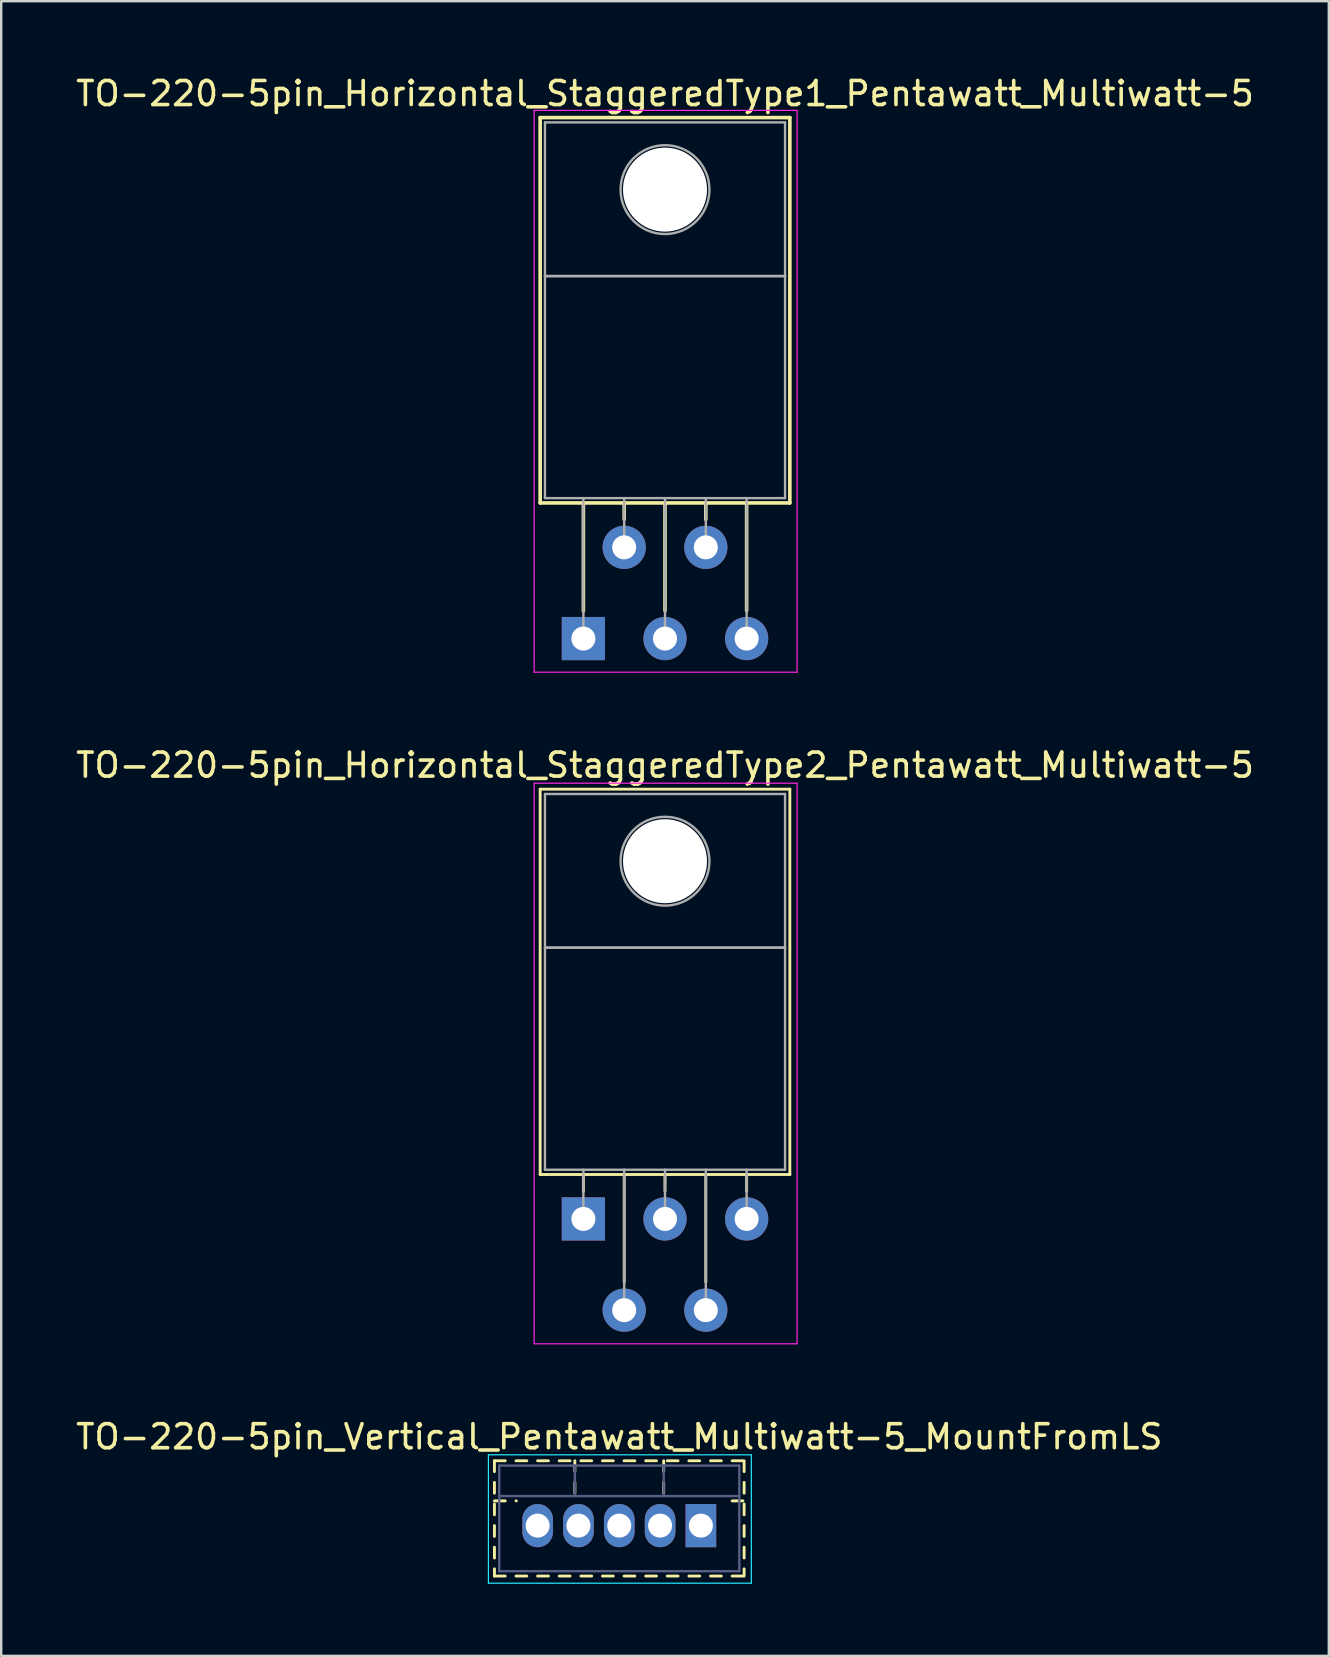
<source format=kicad_pcb>
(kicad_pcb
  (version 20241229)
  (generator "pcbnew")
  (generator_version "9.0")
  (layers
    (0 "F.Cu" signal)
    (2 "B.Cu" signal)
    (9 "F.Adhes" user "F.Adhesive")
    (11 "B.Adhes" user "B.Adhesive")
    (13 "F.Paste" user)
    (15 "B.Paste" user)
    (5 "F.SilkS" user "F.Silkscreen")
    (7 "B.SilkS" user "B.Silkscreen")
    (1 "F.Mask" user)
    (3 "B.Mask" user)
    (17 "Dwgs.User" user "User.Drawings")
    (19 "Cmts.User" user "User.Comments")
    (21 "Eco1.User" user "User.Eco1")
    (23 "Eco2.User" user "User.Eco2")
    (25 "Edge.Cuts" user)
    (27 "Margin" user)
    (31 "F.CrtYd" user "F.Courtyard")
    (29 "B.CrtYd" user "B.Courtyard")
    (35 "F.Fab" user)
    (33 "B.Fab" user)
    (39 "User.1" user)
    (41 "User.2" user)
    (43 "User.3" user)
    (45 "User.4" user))
  (footprint "TO-220-5pin_Vertical_Pentawatt_Multiwatt-5_MountFromLS"
    (layer "F.Cu")
    (at 26.144 60.495)
    (property "Reference" "TO-220-5pin_Vertical_Pentawatt_Multiwatt-5_MountFromLS" (at -3.4 -3.7 0) (layer "F.SilkS") (effects (font (size 1 1) (thickness 0.15))))
    (attr through_hole)
    (fp_line (start -8.6 -2.7) (end -8.6 -2.25) (stroke (width 0.12) (type solid)) (layer "F.SilkS"))
    (fp_line (start -8.6 -2.7) (end -8.15 -2.7) (stroke (width 0.12) (type solid)) (layer "F.SilkS"))
    (fp_line (start -8.6 -1.8) (end -8.6 -1.35) (stroke (width 0.12) (type solid)) (layer "F.SilkS"))
    (fp_line (start -8.6 -1.031) (end -8.15 -1.031) (stroke (width 0.12) (type solid)) (layer "F.SilkS"))
    (fp_line (start -8.6 -0.901) (end -8.6 -0.451) (stroke (width 0.12) (type solid)) (layer "F.SilkS"))
    (fp_line (start -8.6 -0.001) (end -8.6 0.45) (stroke (width 0.12) (type solid)) (layer "F.SilkS"))
    (fp_line (start -8.6 0.9) (end -8.6 1.35) (stroke (width 0.12) (type solid)) (layer "F.SilkS"))
    (fp_line (start -8.6 1.8) (end -8.6 2.101) (stroke (width 0.12) (type solid)) (layer "F.SilkS"))
    (fp_line (start -8.6 2.101) (end -8.15 2.101) (stroke (width 0.12) (type solid)) (layer "F.SilkS"))
    (fp_line (start -7.701 -2.7) (end -7.251 -2.7) (stroke (width 0.12) (type solid)) (layer "F.SilkS"))
    (fp_line (start -7.701 -1.031) (end -7.688 -1.031) (stroke (width 0.12) (type solid)) (layer "F.SilkS"))
    (fp_line (start -7.701 2.101) (end -7.251 2.101) (stroke (width 0.12) (type solid)) (layer "F.SilkS"))
    (fp_line (start -6.801 -2.7) (end -6.35 -2.7) (stroke (width 0.12) (type solid)) (layer "F.SilkS"))
    (fp_line (start -6.801 2.101) (end -6.35 2.101) (stroke (width 0.12) (type solid)) (layer "F.SilkS"))
    (fp_line (start -5.9 -2.7) (end -5.45 -2.7) (stroke (width 0.12) (type solid)) (layer "F.SilkS"))
    (fp_line (start -5.9 2.101) (end -5.45 2.101) (stroke (width 0.12) (type solid)) (layer "F.SilkS"))
    (fp_line (start -5.25 -2.7) (end -5.25 -2.25) (stroke (width 0.12) (type solid)) (layer "F.SilkS"))
    (fp_line (start -5.25 -1.8) (end -5.25 -1.35) (stroke (width 0.12) (type solid)) (layer "F.SilkS"))
    (fp_line (start -5 -2.7) (end -4.55 -2.7) (stroke (width 0.12) (type solid)) (layer "F.SilkS"))
    (fp_line (start -5 2.101) (end -4.55 2.101) (stroke (width 0.12) (type solid)) (layer "F.SilkS"))
    (fp_line (start -4.1 -2.7) (end -3.65 -2.7) (stroke (width 0.12) (type solid)) (layer "F.SilkS"))
    (fp_line (start -4.1 2.101) (end -3.65 2.101) (stroke (width 0.12) (type solid)) (layer "F.SilkS"))
    (fp_line (start -3.2 -2.7) (end -2.75 -2.7) (stroke (width 0.12) (type solid)) (layer "F.SilkS"))
    (fp_line (start -3.2 2.101) (end -2.75 2.101) (stroke (width 0.12) (type solid)) (layer "F.SilkS"))
    (fp_line (start -2.3 -2.7) (end -1.85 -2.7) (stroke (width 0.12) (type solid)) (layer "F.SilkS"))
    (fp_line (start -2.3 2.101) (end -1.85 2.101) (stroke (width 0.12) (type solid)) (layer "F.SilkS"))
    (fp_line (start -1.55 -2.7) (end -1.55 -2.25) (stroke (width 0.12) (type solid)) (layer "F.SilkS"))
    (fp_line (start -1.55 -1.8) (end -1.55 -1.35) (stroke (width 0.12) (type solid)) (layer "F.SilkS"))
    (fp_line (start -1.4 -2.7) (end -0.95 -2.7) (stroke (width 0.12) (type solid)) (layer "F.SilkS"))
    (fp_line (start -1.4 2.101) (end -0.95 2.101) (stroke (width 0.12) (type solid)) (layer "F.SilkS"))
    (fp_line (start -0.499 -2.7) (end -0.049 -2.7) (stroke (width 0.12) (type solid)) (layer "F.SilkS"))
    (fp_line (start -0.499 2.101) (end -0.049 2.101) (stroke (width 0.12) (type solid)) (layer "F.SilkS"))
    (fp_line (start 0.401 -2.7) (end 0.851 -2.7) (stroke (width 0.12) (type solid)) (layer "F.SilkS"))
    (fp_line (start 0.401 2.101) (end 0.851 2.101) (stroke (width 0.12) (type solid)) (layer "F.SilkS"))
    (fp_line (start 1.301 -2.7) (end 1.75 -2.7) (stroke (width 0.12) (type solid)) (layer "F.SilkS"))
    (fp_line (start 1.301 -1.031) (end 1.75 -1.031) (stroke (width 0.12) (type solid)) (layer "F.SilkS"))
    (fp_line (start 1.301 2.101) (end 1.75 2.101) (stroke (width 0.12) (type solid)) (layer "F.SilkS"))
    (fp_line (start 1.8 -2.7) (end 1.8 -2.25) (stroke (width 0.12) (type solid)) (layer "F.SilkS"))
    (fp_line (start 1.8 -1.8) (end 1.8 -1.35) (stroke (width 0.12) (type solid)) (layer "F.SilkS"))
    (fp_line (start 1.8 -0.901) (end 1.8 -0.451) (stroke (width 0.12) (type solid)) (layer "F.SilkS"))
    (fp_line (start 1.8 -0.001) (end 1.8 0.45) (stroke (width 0.12) (type solid)) (layer "F.SilkS"))
    (fp_line (start 1.8 0.9) (end 1.8 1.35) (stroke (width 0.12) (type solid)) (layer "F.SilkS"))
    (fp_line (start 1.8 1.8) (end 1.8 2.101) (stroke (width 0.12) (type solid)) (layer "F.SilkS"))
    (fp_line (start -8.85 -2.95) (end -8.85 2.4) (stroke (width 0.05) (type solid)) (layer "B.CrtYd"))
    (fp_line (start -8.85 2.4) (end 2.1 2.4) (stroke (width 0.05) (type solid)) (layer "B.CrtYd"))
    (fp_line (start 2.1 -2.95) (end -8.85 -2.95) (stroke (width 0.05) (type solid)) (layer "B.CrtYd"))
    (fp_line (start 2.1 2.4) (end 2.1 -2.95) (stroke (width 0.05) (type solid)) (layer "B.CrtYd"))
    (fp_line (start -8.4 -2.5) (end -8.4 1.9) (stroke (width 0.1) (type solid)) (layer "B.Fab"))
    (fp_line (start -8.4 -1.23) (end 1.6 -1.23) (stroke (width 0.1) (type solid)) (layer "B.Fab"))
    (fp_line (start -8.4 1.9) (end 1.6 1.9) (stroke (width 0.1) (type solid)) (layer "B.Fab"))
    (fp_line (start -5.25 -2.5) (end -5.25 -1.23) (stroke (width 0.1) (type solid)) (layer "B.Fab"))
    (fp_line (start -1.55 -2.5) (end -1.55 -1.23) (stroke (width 0.1) (type solid)) (layer "B.Fab"))
    (fp_line (start 1.6 -2.5) (end -8.4 -2.5) (stroke (width 0.1) (type solid)) (layer "B.Fab"))
    (fp_line (start 1.6 1.9) (end 1.6 -2.5) (stroke (width 0.1) (type solid)) (layer "B.Fab"))
    (pad "1" thru_hole rect (at 0 0) (size 1.275 1.8) (drill 1) (layers "*.Cu" "*.Mask"))
    (pad "2" thru_hole oval (at -1.7 0) (size 1.275 1.8) (drill 1) (layers "*.Cu" "*.Mask"))
    (pad "3" thru_hole oval (at -3.4 0) (size 1.275 1.8) (drill 1) (layers "*.Cu" "*.Mask"))
    (pad "4" thru_hole oval (at -5.1 0) (size 1.275 1.8) (drill 1) (layers "*.Cu" "*.Mask"))
    (pad "5" thru_hole oval (at -6.8 0) (size 1.275 1.8) (drill 1) (layers "*.Cu" "*.Mask")))
  (footprint "TO-220-5pin_Horizontal_StaggeredType2_Pentawatt_Multiwatt-5"
    (layer "F.Cu")
    (at 21.249 47.721)
    (property "Reference" "TO-220-5pin_Horizontal_StaggeredType2_Pentawatt_Multiwatt-5" (at 3.4 -18.9 0) (layer "F.SilkS") (effects (font (size 1 1) (thickness 0.15))))
    (attr through_hole)
    (fp_line (start -1.8 -17.9) (end -1.8 -1.85) (stroke (width 0.12) (type solid)) (layer "F.SilkS"))
    (fp_line (start -1.8 -17.9) (end 8.6 -17.9) (stroke (width 0.12) (type solid)) (layer "F.SilkS"))
    (fp_line (start -1.8 -1.85) (end 8.6 -1.85) (stroke (width 0.12) (type solid)) (layer "F.SilkS"))
    (fp_line (start 0 -1.85) (end 0 -1.15) (stroke (width 0.12) (type solid)) (layer "F.SilkS"))
    (fp_line (start 1.7 -1.85) (end 1.7 2.635) (stroke (width 0.12) (type solid)) (layer "F.SilkS"))
    (fp_line (start 3.4 -1.85) (end 3.4 -1.165) (stroke (width 0.12) (type solid)) (layer "F.SilkS"))
    (fp_line (start 5.1 -1.85) (end 5.1 2.635) (stroke (width 0.12) (type solid)) (layer "F.SilkS"))
    (fp_line (start 6.8 -1.85) (end 6.8 -1.165) (stroke (width 0.12) (type solid)) (layer "F.SilkS"))
    (fp_line (start 8.6 -17.9) (end 8.6 -1.85) (stroke (width 0.12) (type solid)) (layer "F.SilkS"))
    (fp_line (start -2.05 -18.15) (end -2.05 5.2) (stroke (width 0.05) (type solid)) (layer "F.CrtYd"))
    (fp_line (start -2.05 5.2) (end 8.9 5.2) (stroke (width 0.05) (type solid)) (layer "F.CrtYd"))
    (fp_line (start 8.9 -18.15) (end -2.05 -18.15) (stroke (width 0.05) (type solid)) (layer "F.CrtYd"))
    (fp_line (start 8.9 5.2) (end 8.9 -18.15) (stroke (width 0.05) (type solid)) (layer "F.CrtYd"))
    (fp_line (start -1.6 -17.7) (end 8.4 -17.7) (stroke (width 0.1) (type solid)) (layer "F.Fab"))
    (fp_line (start -1.6 -11.3) (end -1.6 -17.7) (stroke (width 0.1) (type solid)) (layer "F.Fab"))
    (fp_line (start -1.6 -11.3) (end 8.4 -11.3) (stroke (width 0.1) (type solid)) (layer "F.Fab"))
    (fp_line (start -1.6 -2.05) (end -1.6 -11.3) (stroke (width 0.1) (type solid)) (layer "F.Fab"))
    (fp_line (start 0 -2.05) (end 0 0) (stroke (width 0.1) (type solid)) (layer "F.Fab"))
    (fp_line (start 1.7 -2.05) (end 1.7 3.8) (stroke (width 0.1) (type solid)) (layer "F.Fab"))
    (fp_line (start 3.4 -2.05) (end 3.4 0) (stroke (width 0.1) (type solid)) (layer "F.Fab"))
    (fp_line (start 5.1 -2.05) (end 5.1 3.8) (stroke (width 0.1) (type solid)) (layer "F.Fab"))
    (fp_line (start 6.8 -2.05) (end 6.8 0) (stroke (width 0.1) (type solid)) (layer "F.Fab"))
    (fp_line (start 8.4 -17.7) (end 8.4 -11.3) (stroke (width 0.1) (type solid)) (layer "F.Fab"))
    (fp_line (start 8.4 -11.3) (end -1.6 -11.3) (stroke (width 0.1) (type solid)) (layer "F.Fab"))
    (fp_line (start 8.4 -11.3) (end 8.4 -2.05) (stroke (width 0.1) (type solid)) (layer "F.Fab"))
    (fp_line (start 8.4 -2.05) (end -1.6 -2.05) (stroke (width 0.1) (type solid)) (layer "F.Fab"))
    (fp_circle (center 3.4 -14.9) (end 5.25 -14.9) (stroke (width 0.1) (type solid)) (fill no) (layer "F.Fab"))
    (pad "" np_thru_hole oval (at 3.4 -14.9) (size 3.5 3.5) (drill 3.5) (layers "*.Cu" "*.Mask"))
    (pad "1" thru_hole rect (at 0 0) (size 1.8 1.8) (drill 1) (layers "*.Cu" "*.Mask"))
    (pad "2" thru_hole oval (at 1.7 3.8) (size 1.8 1.8) (drill 1) (layers "*.Cu" "*.Mask"))
    (pad "3" thru_hole oval (at 3.4 0) (size 1.8 1.8) (drill 1) (layers "*.Cu" "*.Mask"))
    (pad "4" thru_hole oval (at 5.1 3.8) (size 1.8 1.8) (drill 1) (layers "*.Cu" "*.Mask"))
    (pad "5" thru_hole oval (at 6.8 0) (size 1.8 1.8) (drill 1) (layers "*.Cu" "*.Mask")))
  (footprint "TO-220-5pin_Horizontal_StaggeredType1_Pentawatt_Multiwatt-5"
    (layer "F.Cu")
    (at 21.249 23.548)
    (property "Reference" "TO-220-5pin_Horizontal_StaggeredType1_Pentawatt_Multiwatt-5" (at 3.4 -22.7 0) (layer "F.SilkS") (effects (font (size 1 1) (thickness 0.15))))
    (attr through_hole)
    (fp_line (start -1.8 -21.7) (end -1.8 -5.65) (stroke (width 0.15) (type solid)) (layer "F.SilkS"))
    (fp_line (start -1.8 -21.7) (end 8.6 -21.7) (stroke (width 0.15) (type solid)) (layer "F.SilkS"))
    (fp_line (start -1.8 -5.65) (end 8.6 -5.65) (stroke (width 0.15) (type solid)) (layer "F.SilkS"))
    (fp_line (start 0 -5.65) (end 0 -1.15) (stroke (width 0.15) (type solid)) (layer "F.SilkS"))
    (fp_line (start 1.7 -5.65) (end 1.7 -4.965) (stroke (width 0.15) (type solid)) (layer "F.SilkS"))
    (fp_line (start 3.4 -5.65) (end 3.4 -1.165) (stroke (width 0.15) (type solid)) (layer "F.SilkS"))
    (fp_line (start 5.1 -5.65) (end 5.1 -4.965) (stroke (width 0.15) (type solid)) (layer "F.SilkS"))
    (fp_line (start 6.8 -5.65) (end 6.8 -1.165) (stroke (width 0.15) (type solid)) (layer "F.SilkS"))
    (fp_line (start 8.6 -21.7) (end 8.6 -5.65) (stroke (width 0.15) (type solid)) (layer "F.SilkS"))
    (fp_line (start -2.05 -22) (end -2.05 1.4) (stroke (width 0.05) (type solid)) (layer "F.CrtYd"))
    (fp_line (start -2.05 1.4) (end 8.9 1.4) (stroke (width 0.05) (type solid)) (layer "F.CrtYd"))
    (fp_line (start 8.9 -22) (end -2.05 -22) (stroke (width 0.05) (type solid)) (layer "F.CrtYd"))
    (fp_line (start 8.9 1.4) (end 8.9 -22) (stroke (width 0.05) (type solid)) (layer "F.CrtYd"))
    (fp_line (start -1.6 -21.5) (end 8.4 -21.5) (stroke (width 0.1) (type solid)) (layer "F.Fab"))
    (fp_line (start -1.6 -15.1) (end -1.6 -21.5) (stroke (width 0.1) (type solid)) (layer "F.Fab"))
    (fp_line (start -1.6 -15.1) (end 8.4 -15.1) (stroke (width 0.1) (type solid)) (layer "F.Fab"))
    (fp_line (start -1.6 -5.85) (end -1.6 -15.1) (stroke (width 0.1) (type solid)) (layer "F.Fab"))
    (fp_line (start 0 -5.85) (end 0 0) (stroke (width 0.1) (type solid)) (layer "F.Fab"))
    (fp_line (start 1.7 -5.85) (end 1.7 -3.8) (stroke (width 0.1) (type solid)) (layer "F.Fab"))
    (fp_line (start 3.4 -5.85) (end 3.4 0) (stroke (width 0.1) (type solid)) (layer "F.Fab"))
    (fp_line (start 5.1 -5.85) (end 5.1 -3.8) (stroke (width 0.1) (type solid)) (layer "F.Fab"))
    (fp_line (start 6.8 -5.85) (end 6.8 0) (stroke (width 0.1) (type solid)) (layer "F.Fab"))
    (fp_line (start 8.4 -21.5) (end 8.4 -15.1) (stroke (width 0.1) (type solid)) (layer "F.Fab"))
    (fp_line (start 8.4 -15.1) (end -1.6 -15.1) (stroke (width 0.1) (type solid)) (layer "F.Fab"))
    (fp_line (start 8.4 -15.1) (end 8.4 -5.85) (stroke (width 0.1) (type solid)) (layer "F.Fab"))
    (fp_line (start 8.4 -5.85) (end -1.6 -5.85) (stroke (width 0.1) (type solid)) (layer "F.Fab"))
    (fp_circle (center 3.4 -18.7) (end 5.25 -18.7) (stroke (width 0.1) (type solid)) (fill no) (layer "F.Fab"))
    (pad "" np_thru_hole oval (at 3.4 -18.7) (size 3.5 3.5) (drill 3.5) (layers "*.Cu" "*.Mask"))
    (pad "1" thru_hole rect (at 0 0) (size 1.8 1.8) (drill 1) (layers "*.Cu" "*.Mask"))
    (pad "2" thru_hole oval (at 1.7 -3.8) (size 1.8 1.8) (drill 1) (layers "*.Cu" "*.Mask"))
    (pad "3" thru_hole oval (at 3.4 0) (size 1.8 1.8) (drill 1) (layers "*.Cu" "*.Mask"))
    (pad "4" thru_hole oval (at 5.1 -3.8) (size 1.8 1.8) (drill 1) (layers "*.Cu" "*.Mask"))
    (pad "5" thru_hole oval (at 6.8 0) (size 1.8 1.8) (drill 1) (layers "*.Cu" "*.Mask")))
  (gr_rect
    (start -3 -3)
    (end 52.298 65.92)
    (stroke (width 0.1) (type default))
    (fill no)
    (layer "Edge.Cuts")))
</source>
